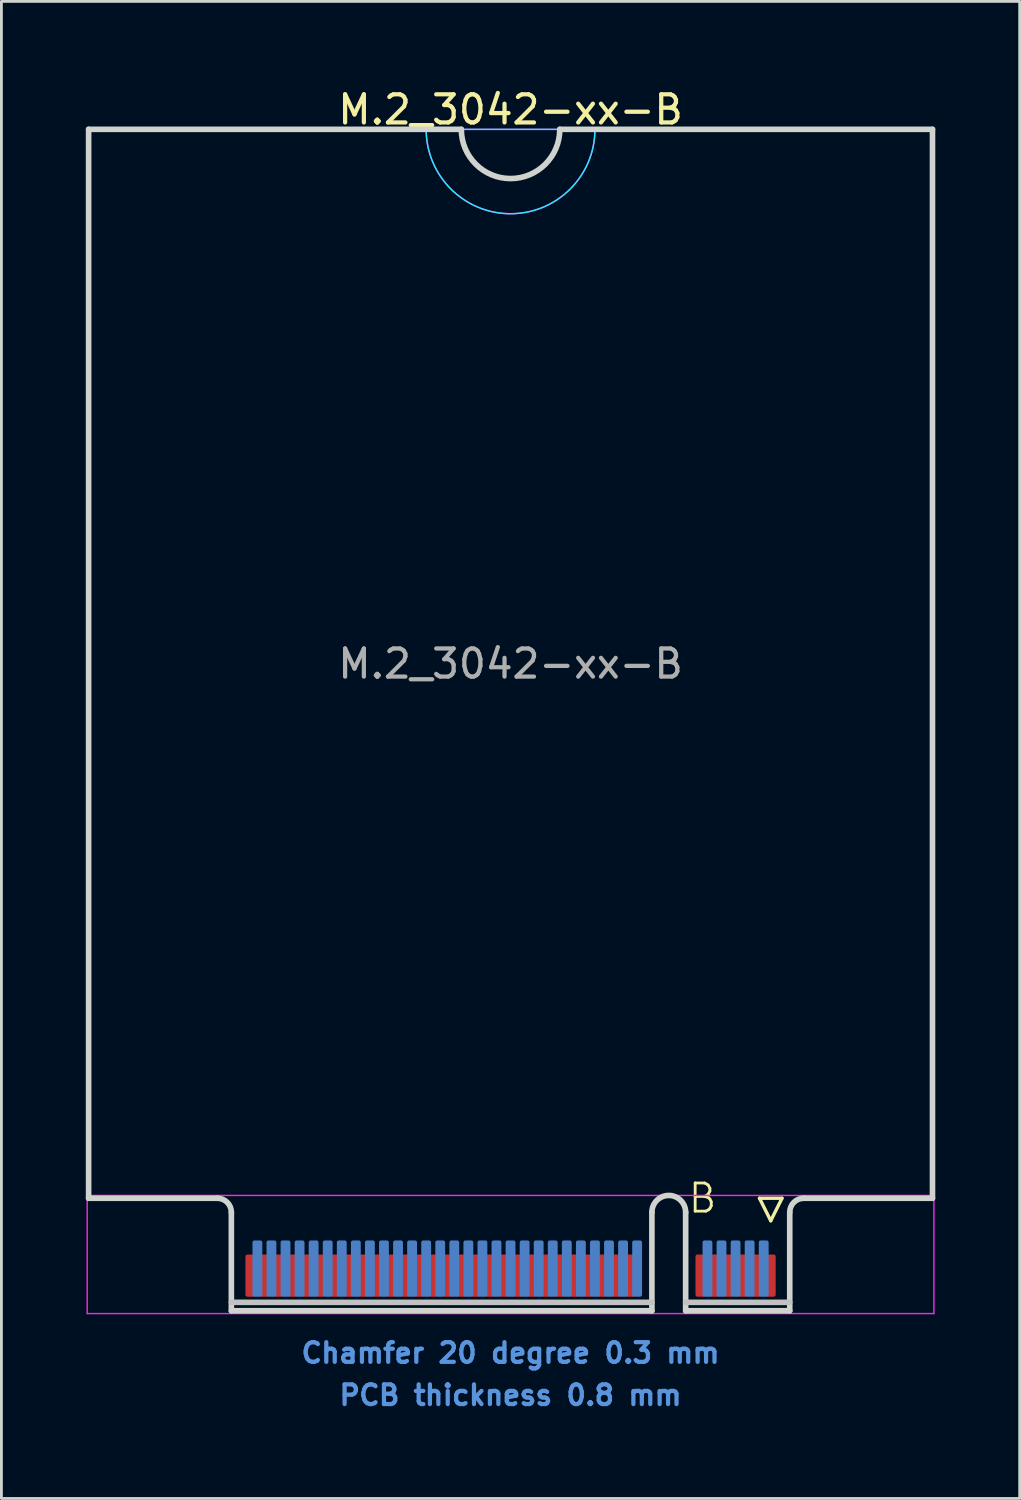
<source format=kicad_pcb>
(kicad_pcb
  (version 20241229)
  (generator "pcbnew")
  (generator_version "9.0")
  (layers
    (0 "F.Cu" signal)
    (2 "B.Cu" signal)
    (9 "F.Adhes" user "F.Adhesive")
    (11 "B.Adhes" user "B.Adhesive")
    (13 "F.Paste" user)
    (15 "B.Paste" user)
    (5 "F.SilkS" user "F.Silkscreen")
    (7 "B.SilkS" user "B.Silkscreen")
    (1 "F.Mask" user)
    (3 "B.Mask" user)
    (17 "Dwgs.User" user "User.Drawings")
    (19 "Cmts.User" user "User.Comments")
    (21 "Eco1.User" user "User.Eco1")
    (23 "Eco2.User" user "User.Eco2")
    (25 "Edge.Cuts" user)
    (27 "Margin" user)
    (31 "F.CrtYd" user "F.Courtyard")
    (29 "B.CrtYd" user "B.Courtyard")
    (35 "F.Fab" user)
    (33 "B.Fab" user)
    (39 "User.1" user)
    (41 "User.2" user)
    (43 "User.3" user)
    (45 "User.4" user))
  (footprint "M.2_3042-xx-B"
    (layer "F.Cu")
    (at 15.1 39.548)
    (property "Reference" "M.2_3042-xx-B" (at 0 -38.7 0) (layer "F.SilkS") (effects (font (size 1 1) (thickness 0.15))))
    (attr exclude_from_pos_files exclude_from_bom)
    (fp_line (start 8.85 0) (end 9.65 0) (stroke (width 0.12) (type solid)) (layer "F.SilkS"))
    (fp_line (start 9.25 0.8) (end 8.85 0) (stroke (width 0.12) (type solid)) (layer "F.SilkS"))
    (fp_line (start 9.65 0) (end 9.25 0.8) (stroke (width 0.12) (type solid)) (layer "F.SilkS"))
    (fp_line (start -9.925 3.7) (end 5.025 3.7) (stroke (width 0.2) (type solid)) (layer "Dwgs.User"))
    (fp_line (start 9.925 3.7) (end 6.225 3.7) (stroke (width 0.2) (type solid)) (layer "Dwgs.User"))
    (fp_line (start -15 -38) (end -15 0) (stroke (width 0.2) (type solid)) (layer "Edge.Cuts"))
    (fp_line (start -15 0) (end -10.425 0) (stroke (width 0.2) (type solid)) (layer "Edge.Cuts"))
    (fp_line (start -9.925 0.5) (end -9.925 4) (stroke (width 0.2) (type solid)) (layer "Edge.Cuts"))
    (fp_line (start -9.925 4) (end 5.025 4) (stroke (width 0.2) (type solid)) (layer "Edge.Cuts"))
    (fp_line (start -1.75 -38) (end -15 -38) (stroke (width 0.2) (type solid)) (layer "Edge.Cuts"))
    (fp_line (start 5.025 4) (end 5.025 0.5) (stroke (width 0.2) (type solid)) (layer "Edge.Cuts"))
    (fp_line (start 6.225 0.5) (end 6.225 4) (stroke (width 0.2) (type solid)) (layer "Edge.Cuts"))
    (fp_line (start 6.225 4) (end 9.925 4) (stroke (width 0.2) (type solid)) (layer "Edge.Cuts"))
    (fp_line (start 9.925 4) (end 9.925 0.5) (stroke (width 0.2) (type solid)) (layer "Edge.Cuts"))
    (fp_line (start 10.425 0) (end 15 0) (stroke (width 0.2) (type solid)) (layer "Edge.Cuts"))
    (fp_line (start 15 -38) (end 1.75 -38) (stroke (width 0.2) (type solid)) (layer "Edge.Cuts"))
    (fp_line (start 15 0) (end 15 -38) (stroke (width 0.2) (type solid)) (layer "Edge.Cuts"))
    (fp_arc (start -10.425 0) (mid -10.071447 0.146447) (end -9.925 0.5) (stroke (width 0.2) (type solid)) (layer "Edge.Cuts"))
    (fp_arc (start 1.75 -38) (mid 0 -36.25) (end -1.75 -38) (stroke (width 0.2) (type solid)) (layer "Edge.Cuts"))
    (fp_arc (start 5.025 0.5) (mid 5.625 -0.1) (end 6.225 0.5) (stroke (width 0.2) (type solid)) (layer "Edge.Cuts"))
    (fp_arc (start 9.925 0.5) (mid 10.071447 0.146447) (end 10.425 0) (stroke (width 0.2) (type solid)) (layer "Edge.Cuts"))
    (fp_line (start -3 -38) (end 3 -38) (stroke (width 0.05) (type solid)) (layer "B.CrtYd"))
    (fp_arc (start 3 -38) (mid 0 -35) (end -3 -38) (stroke (width 0.05) (type solid)) (layer "B.CrtYd"))
    (fp_line (start -15.05 -0.1) (end -15.05 4.1) (stroke (width 0.05) (type solid)) (layer "F.CrtYd"))
    (fp_line (start -15.05 4.1) (end 15.05 4.1) (stroke (width 0.05) (type solid)) (layer "F.CrtYd"))
    (fp_line (start -3 -38) (end 3 -38) (stroke (width 0.05) (type solid)) (layer "F.CrtYd"))
    (fp_line (start 15.05 -0.1) (end -15.05 -0.1) (stroke (width 0.05) (type solid)) (layer "F.CrtYd"))
    (fp_line (start 15.05 4.1) (end 15.05 -0.1) (stroke (width 0.05) (type solid)) (layer "F.CrtYd"))
    (fp_arc (start 3 -38) (mid 0 -35) (end -3 -38) (stroke (width 0.05) (type solid)) (layer "F.CrtYd"))
    (fp_text user "B" (at 6.825 0 0) (layer "F.SilkS") (effects (font (size 1 1) (thickness 0.1))))
    (fp_text user "PCB thickness 0.8 mm" (at 0 7 0) (layer "Cmts.User") (effects (font (size 0.7 0.7) (thickness 0.15))))
    (fp_text user "Chamfer 20 degree 0.3 mm" (at 0 5.5 0) (layer "Cmts.User") (effects (font (size 0.7 0.7) (thickness 0.15))))
    (fp_text user "${REFERENCE}" (at 0 -19 0) (layer "F.Fab") (effects (font (size 1 1) (thickness 0.15))))
    (pad "1" connect roundrect (at 9.25 2.75) (size 0.35 1.5) (layers "F.Cu" "F.Mask") (roundrect_rratio 0.2))
    (pad "2" connect roundrect (at 9 2.5) (size 0.35 2) (layers "B.Cu" "B.Mask") (roundrect_rratio 0.2))
    (pad "3" connect roundrect (at 8.75 2.75) (size 0.35 1.5) (layers "F.Cu" "F.Mask") (roundrect_rratio 0.2))
    (pad "4" connect roundrect (at 8.5 2.5) (size 0.35 2) (layers "B.Cu" "B.Mask") (roundrect_rratio 0.2))
    (pad "5" connect roundrect (at 8.25 2.75) (size 0.35 1.5) (layers "F.Cu" "F.Mask") (roundrect_rratio 0.2))
    (pad "6" connect roundrect (at 8 2.5) (size 0.35 2) (layers "B.Cu" "B.Mask") (roundrect_rratio 0.2))
    (pad "7" connect roundrect (at 7.75 2.75) (size 0.35 1.5) (layers "F.Cu" "F.Mask") (roundrect_rratio 0.2))
    (pad "8" connect roundrect (at 7.5 2.5) (size 0.35 2) (layers "B.Cu" "B.Mask") (roundrect_rratio 0.2))
    (pad "9" connect roundrect (at 7.25 2.75) (size 0.35 1.5) (layers "F.Cu" "F.Mask") (roundrect_rratio 0.2))
    (pad "10" connect roundrect (at 7 2.5) (size 0.35 2) (layers "B.Cu" "B.Mask") (roundrect_rratio 0.2))
    (pad "11" connect roundrect (at 6.75 2.75) (size 0.35 1.5) (layers "F.Cu" "F.Mask") (roundrect_rratio 0.2))
    (pad "20" connect roundrect (at 4.5 2.5) (size 0.35 2) (layers "B.Cu" "B.Mask") (roundrect_rratio 0.2))
    (pad "21" connect roundrect (at 4.25 2.75) (size 0.35 1.5) (layers "F.Cu" "F.Mask") (roundrect_rratio 0.2))
    (pad "22" connect roundrect (at 4 2.5) (size 0.35 2) (layers "B.Cu" "B.Mask") (roundrect_rratio 0.2))
    (pad "23" connect roundrect (at 3.75 2.75) (size 0.35 1.5) (layers "F.Cu" "F.Mask") (roundrect_rratio 0.2))
    (pad "24" connect roundrect (at 3.5 2.5) (size 0.35 2) (layers "B.Cu" "B.Mask") (roundrect_rratio 0.2))
    (pad "25" connect roundrect (at 3.25 2.75) (size 0.35 1.5) (layers "F.Cu" "F.Mask") (roundrect_rratio 0.2))
    (pad "26" connect roundrect (at 3 2.5) (size 0.35 2) (layers "B.Cu" "B.Mask") (roundrect_rratio 0.2))
    (pad "27" connect roundrect (at 2.75 2.75) (size 0.35 1.5) (layers "F.Cu" "F.Mask") (roundrect_rratio 0.2))
    (pad "28" connect roundrect (at 2.5 2.5) (size 0.35 2) (layers "B.Cu" "B.Mask") (roundrect_rratio 0.2))
    (pad "29" connect roundrect (at 2.25 2.75) (size 0.35 1.5) (layers "F.Cu" "F.Mask") (roundrect_rratio 0.2))
    (pad "30" connect roundrect (at 2 2.5) (size 0.35 2) (layers "B.Cu" "B.Mask") (roundrect_rratio 0.2))
    (pad "31" connect roundrect (at 1.75 2.75) (size 0.35 1.5) (layers "F.Cu" "F.Mask") (roundrect_rratio 0.2))
    (pad "32" connect roundrect (at 1.5 2.5) (size 0.35 2) (layers "B.Cu" "B.Mask") (roundrect_rratio 0.2))
    (pad "33" connect roundrect (at 1.25 2.75) (size 0.35 1.5) (layers "F.Cu" "F.Mask") (roundrect_rratio 0.2))
    (pad "34" connect roundrect (at 1 2.5) (size 0.35 2) (layers "B.Cu" "B.Mask") (roundrect_rratio 0.2))
    (pad "35" connect roundrect (at 0.75 2.75) (size 0.35 1.5) (layers "F.Cu" "F.Mask") (roundrect_rratio 0.2))
    (pad "36" connect roundrect (at 0.5 2.5) (size 0.35 2) (layers "B.Cu" "B.Mask") (roundrect_rratio 0.2))
    (pad "37" connect roundrect (at 0.25 2.75) (size 0.35 1.5) (layers "F.Cu" "F.Mask") (roundrect_rratio 0.2))
    (pad "38" connect roundrect (at 0 2.5) (size 0.35 2) (layers "B.Cu" "B.Mask") (roundrect_rratio 0.2))
    (pad "39" connect roundrect (at -0.25 2.75) (size 0.35 1.5) (layers "F.Cu" "F.Mask") (roundrect_rratio 0.2))
    (pad "40" connect roundrect (at -0.5 2.5) (size 0.35 2) (layers "B.Cu" "B.Mask") (roundrect_rratio 0.2))
    (pad "41" connect roundrect (at -0.75 2.75) (size 0.35 1.5) (layers "F.Cu" "F.Mask") (roundrect_rratio 0.2))
    (pad "42" connect roundrect (at -1 2.5) (size 0.35 2) (layers "B.Cu" "B.Mask") (roundrect_rratio 0.2))
    (pad "43" connect roundrect (at -1.25 2.75) (size 0.35 1.5) (layers "F.Cu" "F.Mask") (roundrect_rratio 0.2))
    (pad "44" connect roundrect (at -1.5 2.5) (size 0.35 2) (layers "B.Cu" "B.Mask") (roundrect_rratio 0.2))
    (pad "45" connect roundrect (at -1.75 2.75) (size 0.35 1.5) (layers "F.Cu" "F.Mask") (roundrect_rratio 0.2))
    (pad "46" connect roundrect (at -2 2.5) (size 0.35 2) (layers "B.Cu" "B.Mask") (roundrect_rratio 0.2))
    (pad "47" connect roundrect (at -2.25 2.75) (size 0.35 1.5) (layers "F.Cu" "F.Mask") (roundrect_rratio 0.2))
    (pad "48" connect roundrect (at -2.5 2.5) (size 0.35 2) (layers "B.Cu" "B.Mask") (roundrect_rratio 0.2))
    (pad "49" connect roundrect (at -2.75 2.75) (size 0.35 1.5) (layers "F.Cu" "F.Mask") (roundrect_rratio 0.2))
    (pad "50" connect roundrect (at -3 2.5) (size 0.35 2) (layers "B.Cu" "B.Mask") (roundrect_rratio 0.2))
    (pad "51" connect roundrect (at -3.25 2.75) (size 0.35 1.5) (layers "F.Cu" "F.Mask") (roundrect_rratio 0.2))
    (pad "52" connect roundrect (at -3.5 2.5) (size 0.35 2) (layers "B.Cu" "B.Mask") (roundrect_rratio 0.2))
    (pad "53" connect roundrect (at -3.75 2.75) (size 0.35 1.5) (layers "F.Cu" "F.Mask") (roundrect_rratio 0.2))
    (pad "54" connect roundrect (at -4 2.5) (size 0.35 2) (layers "B.Cu" "B.Mask") (roundrect_rratio 0.2))
    (pad "55" connect roundrect (at -4.25 2.75) (size 0.35 1.5) (layers "F.Cu" "F.Mask") (roundrect_rratio 0.2))
    (pad "56" connect roundrect (at -4.5 2.5) (size 0.35 2) (layers "B.Cu" "B.Mask") (roundrect_rratio 0.2))
    (pad "57" connect roundrect (at -4.75 2.75) (size 0.35 1.5) (layers "F.Cu" "F.Mask") (roundrect_rratio 0.2))
    (pad "58" connect roundrect (at -5 2.5) (size 0.35 2) (layers "B.Cu" "B.Mask") (roundrect_rratio 0.2))
    (pad "59" connect roundrect (at -5.25 2.75) (size 0.35 1.5) (layers "F.Cu" "F.Mask") (roundrect_rratio 0.2))
    (pad "60" connect roundrect (at -5.5 2.5) (size 0.35 2) (layers "B.Cu" "B.Mask") (roundrect_rratio 0.2))
    (pad "61" connect roundrect (at -5.75 2.75) (size 0.35 1.5) (layers "F.Cu" "F.Mask") (roundrect_rratio 0.2))
    (pad "62" connect roundrect (at -6 2.5) (size 0.35 2) (layers "B.Cu" "B.Mask") (roundrect_rratio 0.2))
    (pad "63" connect roundrect (at -6.25 2.75) (size 0.35 1.5) (layers "F.Cu" "F.Mask") (roundrect_rratio 0.2))
    (pad "64" connect roundrect (at -6.5 2.5) (size 0.35 2) (layers "B.Cu" "B.Mask") (roundrect_rratio 0.2))
    (pad "65" connect roundrect (at -6.75 2.75) (size 0.35 1.5) (layers "F.Cu" "F.Mask") (roundrect_rratio 0.2))
    (pad "66" connect roundrect (at -7 2.5) (size 0.35 2) (layers "B.Cu" "B.Mask") (roundrect_rratio 0.2))
    (pad "67" connect roundrect (at -7.25 2.75) (size 0.35 1.5) (layers "F.Cu" "F.Mask") (roundrect_rratio 0.2))
    (pad "68" connect roundrect (at -7.5 2.5) (size 0.35 2) (layers "B.Cu" "B.Mask") (roundrect_rratio 0.2))
    (pad "69" connect roundrect (at -7.75 2.75) (size 0.35 1.5) (layers "F.Cu" "F.Mask") (roundrect_rratio 0.2))
    (pad "70" connect roundrect (at -8 2.5) (size 0.35 2) (layers "B.Cu" "B.Mask") (roundrect_rratio 0.2))
    (pad "71" connect roundrect (at -8.25 2.75) (size 0.35 1.5) (layers "F.Cu" "F.Mask") (roundrect_rratio 0.2))
    (pad "72" connect roundrect (at -8.5 2.5) (size 0.35 2) (layers "B.Cu" "B.Mask") (roundrect_rratio 0.2))
    (pad "73" connect roundrect (at -8.75 2.75) (size 0.35 1.5) (layers "F.Cu" "F.Mask") (roundrect_rratio 0.2))
    (pad "74" connect roundrect (at -9 2.5) (size 0.35 2) (layers "B.Cu" "B.Mask") (roundrect_rratio 0.2))
    (pad "75" connect roundrect (at -9.25 2.75) (size 0.35 1.5) (layers "F.Cu" "F.Mask") (roundrect_rratio 0.2)))
  (gr_rect
    (start -3 -3)
    (end 33.2 50.221)
    (stroke (width 0.1) (type default))
    (fill no)
    (layer "Edge.Cuts")))
</source>
